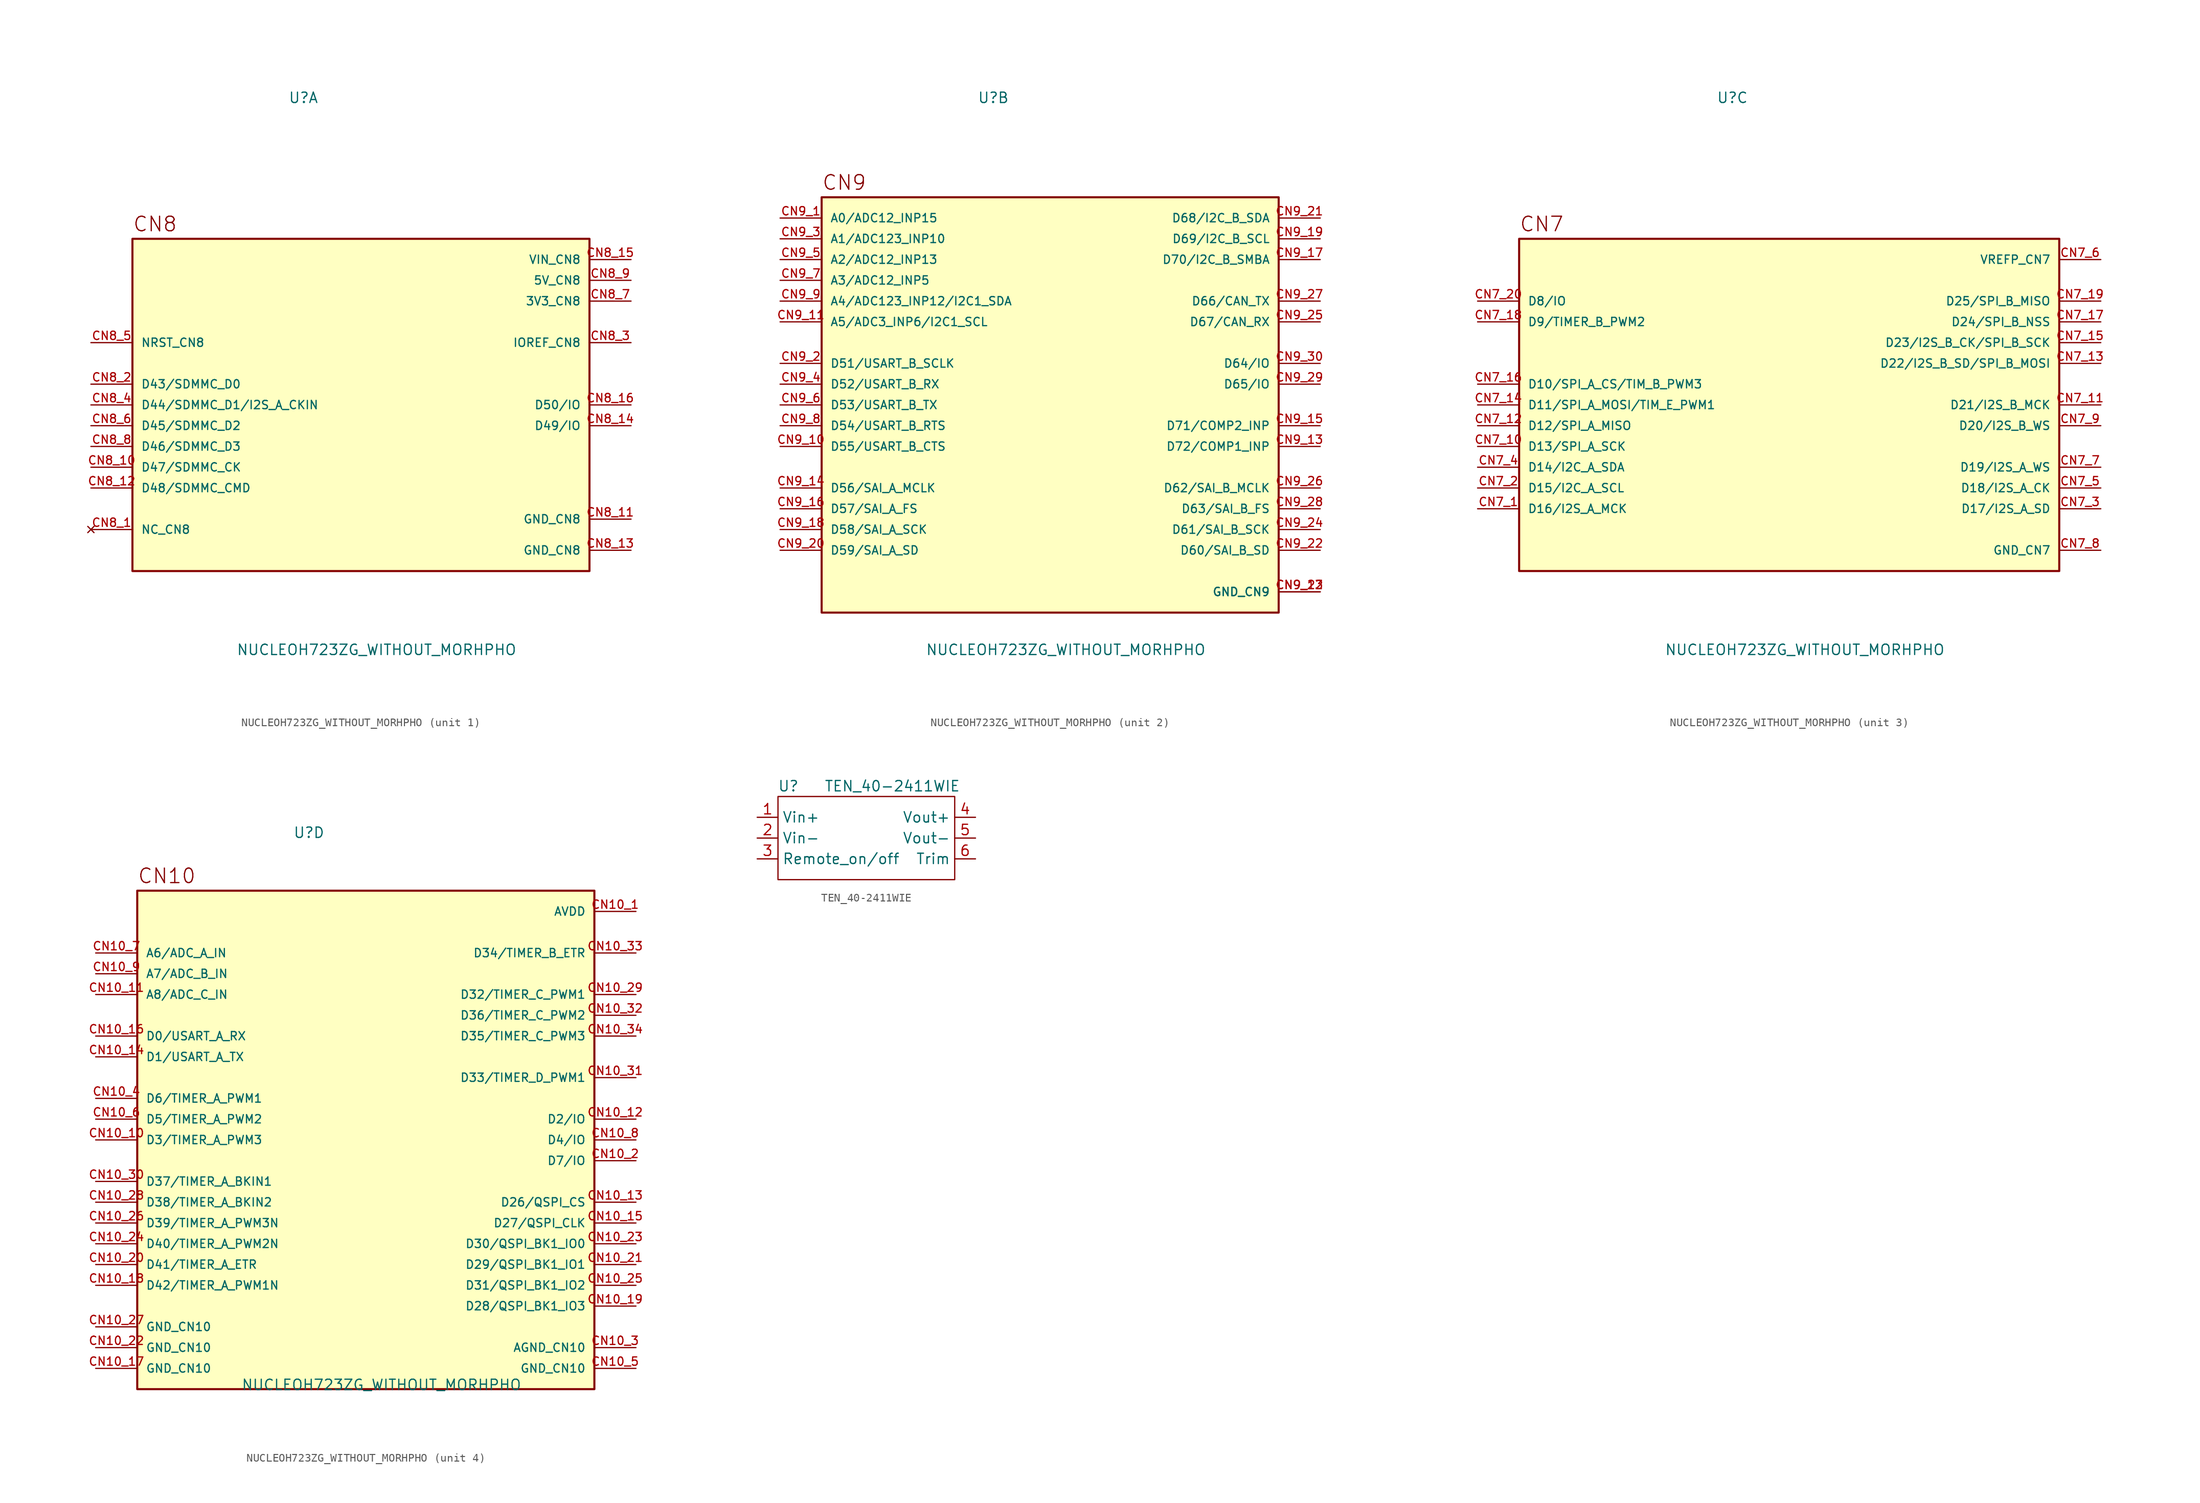
<source format=kicad_sym>
(kicad_symbol_lib
  (version 20220914)
  (generator kicad_symbol_editor)
  (symbol "NUCLEOH723ZG_WITHOUT_MORHPHO"
    (pin_names
      (offset 1.016))
    (property "Reference" "U"
      (at -8.89 36.83 0)
      (effects (font (size 1.27 1.27)) (justify left bottom)))
    (property "Value" "NUCLEOH723ZG_WITHOUT_MORHPHO"
      (at -15.24 -29.21 0)
      (effects (font (size 1.27 1.27)) (justify left top)))
    (symbol "NUCLEOH723ZG_WITHOUT_MORHPHO_1_0"
      (unit_name "CN8")
      (rectangle (start -27.94 -20.32) (end 27.94 20.32) (stroke (width 0.254) (type default)) (fill (type background)))
      (text "CN8" (at -27.94 21.082 0) (effects (font (size 1.778 1.778)) (justify left bottom)))
      (pin no_connect line (at -33.02 -15.24 0) (length 5.08) (name "NC_CN8" (effects (font (size 1.016 1.016)))) (number "CN8_1" (effects (font (size 1.016 1.016)))))
      (pin bidirectional line (at -33.02 -7.62 0) (length 5.08) (name "D47/SDMMC_CK" (effects (font (size 1.016 1.016)))) (number "CN8_10" (effects (font (size 1.016 1.016)))))
      (pin power_in line (at 33.02 -13.97 180) (length 5.08) (name "GND_CN8" (effects (font (size 1.016 1.016)))) (number "CN8_11" (effects (font (size 1.016 1.016)))))
      (pin bidirectional line (at -33.02 -10.16 0) (length 5.08) (name "D48/SDMMC_CMD" (effects (font (size 1.016 1.016)))) (number "CN8_12" (effects (font (size 1.016 1.016)))))
      (pin power_in line (at 33.02 -17.78 180) (length 5.08) (name "GND_CN8" (effects (font (size 1.016 1.016)))) (number "CN8_13" (effects (font (size 1.016 1.016)))))
      (pin bidirectional line (at 33.02 -2.54 180) (length 5.08) (name "D49/IO" (effects (font (size 1.016 1.016)))) (number "CN8_14" (effects (font (size 1.016 1.016)))))
      (pin power_in line (at 33.02 17.78 180) (length 5.08) (name "VIN_CN8" (effects (font (size 1.016 1.016)))) (number "CN8_15" (effects (font (size 1.016 1.016)))))
      (pin bidirectional line (at 33.02 0 180) (length 5.08) (name "D50/IO" (effects (font (size 1.016 1.016)))) (number "CN8_16" (effects (font (size 1.016 1.016)))))
      (pin bidirectional line (at -33.02 2.54 0) (length 5.08) (name "D43/SDMMC_D0" (effects (font (size 1.016 1.016)))) (number "CN8_2" (effects (font (size 1.016 1.016)))))
      (pin bidirectional line (at 33.02 7.62 180) (length 5.08) (name "IOREF_CN8" (effects (font (size 1.016 1.016)))) (number "CN8_3" (effects (font (size 1.016 1.016)))))
      (pin bidirectional line (at -33.02 0 0) (length 5.08) (name "D44/SDMMC_D1/I2S_A_CKIN" (effects (font (size 1.016 1.016)))) (number "CN8_4" (effects (font (size 1.016 1.016)))))
      (pin input line (at -33.02 7.62 0) (length 5.08) (name "NRST_CN8" (effects (font (size 1.016 1.016)))) (number "CN8_5" (effects (font (size 1.016 1.016)))))
      (pin bidirectional line (at -33.02 -2.54 0) (length 5.08) (name "D45/SDMMC_D2" (effects (font (size 1.016 1.016)))) (number "CN8_6" (effects (font (size 1.016 1.016)))))
      (pin power_in line (at 33.02 12.7 180) (length 5.08) (name "3V3_CN8" (effects (font (size 1.016 1.016)))) (number "CN8_7" (effects (font (size 1.016 1.016)))))
      (pin bidirectional line (at -33.02 -5.08 0) (length 5.08) (name "D46/SDMMC_D3" (effects (font (size 1.016 1.016)))) (number "CN8_8" (effects (font (size 1.016 1.016)))))
      (pin power_in line (at 33.02 15.24 180) (length 5.08) (name "5V_CN8" (effects (font (size 1.016 1.016)))) (number "CN8_9" (effects (font (size 1.016 1.016))))))
    (symbol "NUCLEOH723ZG_WITHOUT_MORHPHO_2_0"
      (unit_name "CN9")
      (rectangle (start -27.94 -25.4) (end 27.94 25.4) (stroke (width 0.254) (type default)) (fill (type background)))
      (text "CN9" (at -27.94 26.162 0) (effects (font (size 1.778 1.778)) (justify left bottom)))
      (pin input line (at -33.02 22.86 0) (length 5.08) (name "A0/ADC12_INP15" (effects (font (size 1.016 1.016)))) (number "CN9_1" (effects (font (size 1.016 1.016)))))
      (pin bidirectional line (at -33.02 -5.08 0) (length 5.08) (name "D55/USART_B_CTS" (effects (font (size 1.016 1.016)))) (number "CN9_10" (effects (font (size 1.016 1.016)))))
      (pin input line (at -33.02 10.16 0) (length 5.08) (name "A5/ADC3_INP6/I2C1_SCL" (effects (font (size 1.016 1.016)))) (number "CN9_11" (effects (font (size 1.016 1.016)))))
      (pin power_in line (at 33.02 -22.86 180) (length 5.08) (name "GND_CN9" (effects (font (size 1.016 1.016)))) (number "CN9_12" (effects (font (size 1.016 1.016)))))
      (pin bidirectional line (at 33.02 -5.08 180) (length 5.08) (name "D72/COMP1_INP" (effects (font (size 1.016 1.016)))) (number "CN9_13" (effects (font (size 1.016 1.016)))))
      (pin bidirectional line (at -33.02 -10.16 0) (length 5.08) (name "D56/SAI_A_MCLK" (effects (font (size 1.016 1.016)))) (number "CN9_14" (effects (font (size 1.016 1.016)))))
      (pin bidirectional line (at 33.02 -2.54 180) (length 5.08) (name "D71/COMP2_INP" (effects (font (size 1.016 1.016)))) (number "CN9_15" (effects (font (size 1.016 1.016)))))
      (pin bidirectional line (at -33.02 -12.7 0) (length 5.08) (name "D57/SAI_A_FS" (effects (font (size 1.016 1.016)))) (number "CN9_16" (effects (font (size 1.016 1.016)))))
      (pin bidirectional line (at 33.02 17.78 180) (length 5.08) (name "D70/I2C_B_SMBA" (effects (font (size 1.016 1.016)))) (number "CN9_17" (effects (font (size 1.016 1.016)))))
      (pin bidirectional line (at -33.02 -15.24 0) (length 5.08) (name "D58/SAI_A_SCK" (effects (font (size 1.016 1.016)))) (number "CN9_18" (effects (font (size 1.016 1.016)))))
      (pin bidirectional line (at 33.02 20.32 180) (length 5.08) (name "D69/I2C_B_SCL" (effects (font (size 1.016 1.016)))) (number "CN9_19" (effects (font (size 1.016 1.016)))))
      (pin bidirectional line (at -33.02 5.08 0) (length 5.08) (name "D51/USART_B_SCLK" (effects (font (size 1.016 1.016)))) (number "CN9_2" (effects (font (size 1.016 1.016)))))
      (pin bidirectional line (at -33.02 -17.78 0) (length 5.08) (name "D59/SAI_A_SD" (effects (font (size 1.016 1.016)))) (number "CN9_20" (effects (font (size 1.016 1.016)))))
      (pin bidirectional line (at 33.02 22.86 180) (length 5.08) (name "D68/I2C_B_SDA" (effects (font (size 1.016 1.016)))) (number "CN9_21" (effects (font (size 1.016 1.016)))))
      (pin bidirectional line (at 33.02 -17.78 180) (length 5.08) (name "D60/SAI_B_SD" (effects (font (size 1.016 1.016)))) (number "CN9_22" (effects (font (size 1.016 1.016)))))
      (pin power_in line (at 33.02 -22.86 180) (length 5.08) (name "GND_CN9" (effects (font (size 1.016 1.016)))) (number "CN9_23" (effects (font (size 1.016 1.016)))))
      (pin bidirectional line (at 33.02 -15.24 180) (length 5.08) (name "D61/SAI_B_SCK" (effects (font (size 1.016 1.016)))) (number "CN9_24" (effects (font (size 1.016 1.016)))))
      (pin input line (at 33.02 10.16 180) (length 5.08) (name "D67/CAN_RX" (effects (font (size 1.016 1.016)))) (number "CN9_25" (effects (font (size 1.016 1.016)))))
      (pin bidirectional line (at 33.02 -10.16 180) (length 5.08) (name "D62/SAI_B_MCLK" (effects (font (size 1.016 1.016)))) (number "CN9_26" (effects (font (size 1.016 1.016)))))
      (pin output line (at 33.02 12.7 180) (length 5.08) (name "D66/CAN_TX" (effects (font (size 1.016 1.016)))) (number "CN9_27" (effects (font (size 1.016 1.016)))))
      (pin bidirectional line (at 33.02 -12.7 180) (length 5.08) (name "D63/SAI_B_FS" (effects (font (size 1.016 1.016)))) (number "CN9_28" (effects (font (size 1.016 1.016)))))
      (pin bidirectional line (at 33.02 2.54 180) (length 5.08) (name "D65/IO" (effects (font (size 1.016 1.016)))) (number "CN9_29" (effects (font (size 1.016 1.016)))))
      (pin input line (at -33.02 20.32 0) (length 5.08) (name "A1/ADC123_INP10" (effects (font (size 1.016 1.016)))) (number "CN9_3" (effects (font (size 1.016 1.016)))))
      (pin bidirectional line (at 33.02 5.08 180) (length 5.08) (name "D64/IO" (effects (font (size 1.016 1.016)))) (number "CN9_30" (effects (font (size 1.016 1.016)))))
      (pin bidirectional line (at -33.02 2.54 0) (length 5.08) (name "D52/USART_B_RX" (effects (font (size 1.016 1.016)))) (number "CN9_4" (effects (font (size 1.016 1.016)))))
      (pin input line (at -33.02 17.78 0) (length 5.08) (name "A2/ADC12_INP13" (effects (font (size 1.016 1.016)))) (number "CN9_5" (effects (font (size 1.016 1.016)))))
      (pin bidirectional line (at -33.02 0 0) (length 5.08) (name "D53/USART_B_TX" (effects (font (size 1.016 1.016)))) (number "CN9_6" (effects (font (size 1.016 1.016)))))
      (pin input line (at -33.02 15.24 0) (length 5.08) (name "A3/ADC12_INP5" (effects (font (size 1.016 1.016)))) (number "CN9_7" (effects (font (size 1.016 1.016)))))
      (pin bidirectional line (at -33.02 -2.54 0) (length 5.08) (name "D54/USART_B_RTS" (effects (font (size 1.016 1.016)))) (number "CN9_8" (effects (font (size 1.016 1.016)))))
      (pin input line (at -33.02 12.7 0) (length 5.08) (name "A4/ADC123_INP12/I2C1_SDA" (effects (font (size 1.016 1.016)))) (number "CN9_9" (effects (font (size 1.016 1.016))))))
    (symbol "NUCLEOH723ZG_WITHOUT_MORHPHO_3_0"
      (unit_name "CN7")
      (rectangle (start -33.02 -20.32) (end 33.02 20.32) (stroke (width 0.254) (type default)) (fill (type background)))
      (text "CN7" (at -33.02 21.082 0) (effects (font (size 1.778 1.778)) (justify left bottom)))
      (pin bidirectional line (at -38.1 -12.7 0) (length 5.08) (name "D16/I2S_A_MCK" (effects (font (size 1.016 1.016)))) (number "CN7_1" (effects (font (size 1.016 1.016)))))
      (pin bidirectional line (at -38.1 -5.08 0) (length 5.08) (name "D13/SPI_A_SCK" (effects (font (size 1.016 1.016)))) (number "CN7_10" (effects (font (size 1.016 1.016)))))
      (pin bidirectional line (at 38.1 0 180) (length 5.08) (name "D21/I2S_B_MCK" (effects (font (size 1.016 1.016)))) (number "CN7_11" (effects (font (size 1.016 1.016)))))
      (pin bidirectional line (at -38.1 -2.54 0) (length 5.08) (name "D12/SPI_A_MISO" (effects (font (size 1.016 1.016)))) (number "CN7_12" (effects (font (size 1.016 1.016)))))
      (pin bidirectional line (at 38.1 5.08 180) (length 5.08) (name "D22/I2S_B_SD/SPI_B_MOSI" (effects (font (size 1.016 1.016)))) (number "CN7_13" (effects (font (size 1.016 1.016)))))
      (pin bidirectional line (at -38.1 0 0) (length 5.08) (name "D11/SPI_A_MOSI/TIM_E_PWM1" (effects (font (size 1.016 1.016)))) (number "CN7_14" (effects (font (size 1.016 1.016)))))
      (pin bidirectional line (at 38.1 7.62 180) (length 5.08) (name "D23/I2S_B_CK/SPI_B_SCK" (effects (font (size 1.016 1.016)))) (number "CN7_15" (effects (font (size 1.016 1.016)))))
      (pin bidirectional line (at -38.1 2.54 0) (length 5.08) (name "D10/SPI_A_CS/TIM_B_PWM3" (effects (font (size 1.016 1.016)))) (number "CN7_16" (effects (font (size 1.016 1.016)))))
      (pin bidirectional line (at 38.1 10.16 180) (length 5.08) (name "D24/SPI_B_NSS" (effects (font (size 1.016 1.016)))) (number "CN7_17" (effects (font (size 1.016 1.016)))))
      (pin bidirectional line (at -38.1 10.16 0) (length 5.08) (name "D9/TIMER_B_PWM2" (effects (font (size 1.016 1.016)))) (number "CN7_18" (effects (font (size 1.016 1.016)))))
      (pin bidirectional line (at 38.1 12.7 180) (length 5.08) (name "D25/SPI_B_MISO" (effects (font (size 1.016 1.016)))) (number "CN7_19" (effects (font (size 1.016 1.016)))))
      (pin bidirectional line (at -38.1 -10.16 0) (length 5.08) (name "D15/I2C_A_SCL" (effects (font (size 1.016 1.016)))) (number "CN7_2" (effects (font (size 1.016 1.016)))))
      (pin bidirectional line (at -38.1 12.7 0) (length 5.08) (name "D8/IO" (effects (font (size 1.016 1.016)))) (number "CN7_20" (effects (font (size 1.016 1.016)))))
      (pin bidirectional line (at 38.1 -12.7 180) (length 5.08) (name "D17/I2S_A_SD" (effects (font (size 1.016 1.016)))) (number "CN7_3" (effects (font (size 1.016 1.016)))))
      (pin bidirectional line (at -38.1 -7.62 0) (length 5.08) (name "D14/I2C_A_SDA" (effects (font (size 1.016 1.016)))) (number "CN7_4" (effects (font (size 1.016 1.016)))))
      (pin bidirectional line (at 38.1 -10.16 180) (length 5.08) (name "D18/I2S_A_CK" (effects (font (size 1.016 1.016)))) (number "CN7_5" (effects (font (size 1.016 1.016)))))
      (pin power_in line (at 38.1 17.78 180) (length 5.08) (name "VREFP_CN7" (effects (font (size 1.016 1.016)))) (number "CN7_6" (effects (font (size 1.016 1.016)))))
      (pin bidirectional line (at 38.1 -7.62 180) (length 5.08) (name "D19/I2S_A_WS" (effects (font (size 1.016 1.016)))) (number "CN7_7" (effects (font (size 1.016 1.016)))))
      (pin power_in line (at 38.1 -17.78 180) (length 5.08) (name "GND_CN7" (effects (font (size 1.016 1.016)))) (number "CN7_8" (effects (font (size 1.016 1.016)))))
      (pin bidirectional line (at 38.1 -2.54 180) (length 5.08) (name "D20/I2S_B_WS" (effects (font (size 1.016 1.016)))) (number "CN7_9" (effects (font (size 1.016 1.016))))))
    (symbol "NUCLEOH723ZG_WITHOUT_MORHPHO_4_0"
      (unit_name "CN10")
      (rectangle (start -27.94 -30.48) (end 27.94 30.48) (stroke (width 0.254) (type default)) (fill (type background)))
      (text "CN10" (at -27.94 31.242 0) (effects (font (size 1.778 1.778)) (justify left bottom)))
      (pin power_in line (at 33.02 27.94 180) (length 5.08) (name "AVDD" (effects (font (size 1.016 1.016)))) (number "CN10_1" (effects (font (size 1.016 1.016)))))
      (pin bidirectional line (at -33.02 0 0) (length 5.08) (name "D3/TIMER_A_PWM3" (effects (font (size 1.016 1.016)))) (number "CN10_10" (effects (font (size 1.016 1.016)))))
      (pin input line (at -33.02 17.78 0) (length 5.08) (name "A8/ADC_C_IN" (effects (font (size 1.016 1.016)))) (number "CN10_11" (effects (font (size 1.016 1.016)))))
      (pin bidirectional line (at 33.02 2.54 180) (length 5.08) (name "D2/IO" (effects (font (size 1.016 1.016)))) (number "CN10_12" (effects (font (size 1.016 1.016)))))
      (pin bidirectional line (at 33.02 -7.62 180) (length 5.08) (name "D26/QSPI_CS" (effects (font (size 1.016 1.016)))) (number "CN10_13" (effects (font (size 1.016 1.016)))))
      (pin output line (at -33.02 10.16 0) (length 5.08) (name "D1/USART_A_TX" (effects (font (size 1.016 1.016)))) (number "CN10_14" (effects (font (size 1.016 1.016)))))
      (pin bidirectional line (at 33.02 -10.16 180) (length 5.08) (name "D27/QSPI_CLK" (effects (font (size 1.016 1.016)))) (number "CN10_15" (effects (font (size 1.016 1.016)))))
      (pin input line (at -33.02 12.7 0) (length 5.08) (name "D0/USART_A_RX" (effects (font (size 1.016 1.016)))) (number "CN10_16" (effects (font (size 1.016 1.016)))))
      (pin power_in line (at -33.02 -27.94 0) (length 5.08) (name "GND_CN10" (effects (font (size 1.016 1.016)))) (number "CN10_17" (effects (font (size 1.016 1.016)))))
      (pin bidirectional line (at -33.02 -17.78 0) (length 5.08) (name "D42/TIMER_A_PWM1N" (effects (font (size 1.016 1.016)))) (number "CN10_18" (effects (font (size 1.016 1.016)))))
      (pin bidirectional line (at 33.02 -20.32 180) (length 5.08) (name "D28/QSPI_BK1_IO3" (effects (font (size 1.016 1.016)))) (number "CN10_19" (effects (font (size 1.016 1.016)))))
      (pin bidirectional line (at 33.02 -2.54 180) (length 5.08) (name "D7/IO" (effects (font (size 1.016 1.016)))) (number "CN10_2" (effects (font (size 1.016 1.016)))))
      (pin bidirectional line (at -33.02 -15.24 0) (length 5.08) (name "D41/TIMER_A_ETR" (effects (font (size 1.016 1.016)))) (number "CN10_20" (effects (font (size 1.016 1.016)))))
      (pin bidirectional line (at 33.02 -15.24 180) (length 5.08) (name "D29/QSPI_BK1_IO1" (effects (font (size 1.016 1.016)))) (number "CN10_21" (effects (font (size 1.016 1.016)))))
      (pin power_in line (at -33.02 -25.4 0) (length 5.08) (name "GND_CN10" (effects (font (size 1.016 1.016)))) (number "CN10_22" (effects (font (size 1.016 1.016)))))
      (pin bidirectional line (at 33.02 -12.7 180) (length 5.08) (name "D30/QSPI_BK1_IO0" (effects (font (size 1.016 1.016)))) (number "CN10_23" (effects (font (size 1.016 1.016)))))
      (pin bidirectional line (at -33.02 -12.7 0) (length 5.08) (name "D40/TIMER_A_PWM2N" (effects (font (size 1.016 1.016)))) (number "CN10_24" (effects (font (size 1.016 1.016)))))
      (pin bidirectional line (at 33.02 -17.78 180) (length 5.08) (name "D31/QSPI_BK1_IO2" (effects (font (size 1.016 1.016)))) (number "CN10_25" (effects (font (size 1.016 1.016)))))
      (pin bidirectional line (at -33.02 -10.16 0) (length 5.08) (name "D39/TIMER_A_PWM3N" (effects (font (size 1.016 1.016)))) (number "CN10_26" (effects (font (size 1.016 1.016)))))
      (pin power_in line (at -33.02 -22.86 0) (length 5.08) (name "GND_CN10" (effects (font (size 1.016 1.016)))) (number "CN10_27" (effects (font (size 1.016 1.016)))))
      (pin bidirectional line (at -33.02 -7.62 0) (length 5.08) (name "D38/TIMER_A_BKIN2" (effects (font (size 1.016 1.016)))) (number "CN10_28" (effects (font (size 1.016 1.016)))))
      (pin bidirectional line (at 33.02 17.78 180) (length 5.08) (name "D32/TIMER_C_PWM1" (effects (font (size 1.016 1.016)))) (number "CN10_29" (effects (font (size 1.016 1.016)))))
      (pin power_in line (at 33.02 -25.4 180) (length 5.08) (name "AGND_CN10" (effects (font (size 1.016 1.016)))) (number "CN10_3" (effects (font (size 1.016 1.016)))))
      (pin bidirectional line (at -33.02 -5.08 0) (length 5.08) (name "D37/TIMER_A_BKIN1" (effects (font (size 1.016 1.016)))) (number "CN10_30" (effects (font (size 1.016 1.016)))))
      (pin bidirectional line (at 33.02 7.62 180) (length 5.08) (name "D33/TIMER_D_PWM1" (effects (font (size 1.016 1.016)))) (number "CN10_31" (effects (font (size 1.016 1.016)))))
      (pin bidirectional line (at 33.02 15.24 180) (length 5.08) (name "D36/TIMER_C_PWM2" (effects (font (size 1.016 1.016)))) (number "CN10_32" (effects (font (size 1.016 1.016)))))
      (pin bidirectional line (at 33.02 22.86 180) (length 5.08) (name "D34/TIMER_B_ETR" (effects (font (size 1.016 1.016)))) (number "CN10_33" (effects (font (size 1.016 1.016)))))
      (pin bidirectional line (at 33.02 12.7 180) (length 5.08) (name "D35/TIMER_C_PWM3" (effects (font (size 1.016 1.016)))) (number "CN10_34" (effects (font (size 1.016 1.016)))))
      (pin bidirectional line (at -33.02 5.08 0) (length 5.08) (name "D6/TIMER_A_PWM1" (effects (font (size 1.016 1.016)))) (number "CN10_4" (effects (font (size 1.016 1.016)))))
      (pin power_in line (at 33.02 -27.94 180) (length 5.08) (name "GND_CN10" (effects (font (size 1.016 1.016)))) (number "CN10_5" (effects (font (size 1.016 1.016)))))
      (pin bidirectional line (at -33.02 2.54 0) (length 5.08) (name "D5/TIMER_A_PWM2" (effects (font (size 1.016 1.016)))) (number "CN10_6" (effects (font (size 1.016 1.016)))))
      (pin input line (at -33.02 22.86 0) (length 5.08) (name "A6/ADC_A_IN" (effects (font (size 1.016 1.016)))) (number "CN10_7" (effects (font (size 1.016 1.016)))))
      (pin bidirectional line (at 33.02 0 180) (length 5.08) (name "D4/IO" (effects (font (size 1.016 1.016)))) (number "CN10_8" (effects (font (size 1.016 1.016)))))
      (pin input line (at -33.02 20.32 0) (length 5.08) (name "A7/ADC_B_IN" (effects (font (size 1.016 1.016)))) (number "CN10_9" (effects (font (size 1.016 1.016)))))))
  (symbol "TEN_40-2411WIE"
    (property "Reference" "U"
      (at -2.54 0 0)
      (effects (font (size 1.27 1.27))))
    (property "Value" "TEN_40-2411WIE"
      (at 10.16 0 0)
      (effects (font (size 1.27 1.27))))
    (symbol "TEN_40-2411WIE_0_1"
      (rectangle (start -3.81 -1.27) (end 17.78 -11.43) (stroke (width 0) (type default)) (fill (type none))))
    (symbol "TEN_40-2411WIE_1_1"
      (pin power_in line (at -6.35 -3.81 0) (length 2.54) (name "Vin+" (effects (font (size 1.27 1.27)))) (number "1" (effects (font (size 1.27 1.27)))))
      (pin power_in line (at -6.35 -6.35 0) (length 2.54) (name "Vin-" (effects (font (size 1.27 1.27)))) (number "2" (effects (font (size 1.27 1.27)))))
      (pin input line (at -6.35 -8.89 0) (length 2.54) (name "Remote_on/off" (effects (font (size 1.27 1.27)))) (number "3" (effects (font (size 1.27 1.27)))))
      (pin power_out line (at 20.32 -3.81 180) (length 2.54) (name "Vout+" (effects (font (size 1.27 1.27)))) (number "4" (effects (font (size 1.27 1.27)))))
      (pin power_out line (at 20.32 -6.35 180) (length 2.54) (name "Vout-" (effects (font (size 1.27 1.27)))) (number "5" (effects (font (size 1.27 1.27)))))
      (pin unspecified line (at 20.32 -8.89 180) (length 2.54) (name "Trim" (effects (font (size 1.27 1.27)))) (number "6" (effects (font (size 1.27 1.27))))))))
</source>
